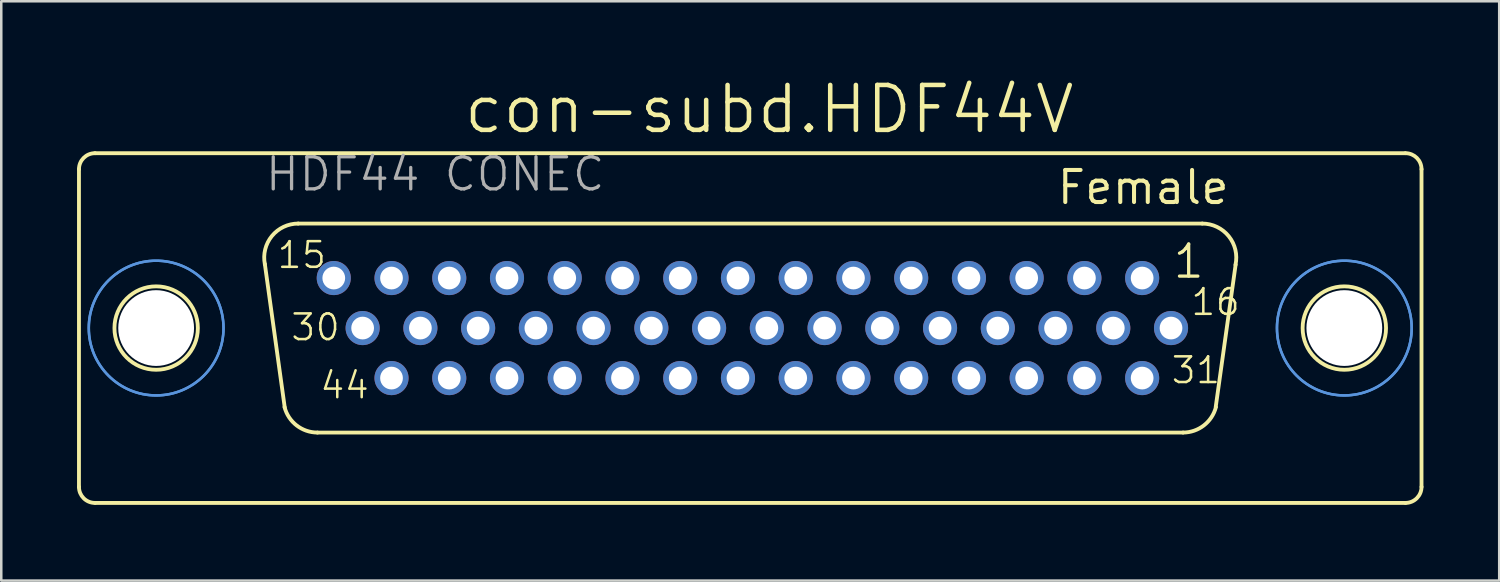
<source format=kicad_pcb>
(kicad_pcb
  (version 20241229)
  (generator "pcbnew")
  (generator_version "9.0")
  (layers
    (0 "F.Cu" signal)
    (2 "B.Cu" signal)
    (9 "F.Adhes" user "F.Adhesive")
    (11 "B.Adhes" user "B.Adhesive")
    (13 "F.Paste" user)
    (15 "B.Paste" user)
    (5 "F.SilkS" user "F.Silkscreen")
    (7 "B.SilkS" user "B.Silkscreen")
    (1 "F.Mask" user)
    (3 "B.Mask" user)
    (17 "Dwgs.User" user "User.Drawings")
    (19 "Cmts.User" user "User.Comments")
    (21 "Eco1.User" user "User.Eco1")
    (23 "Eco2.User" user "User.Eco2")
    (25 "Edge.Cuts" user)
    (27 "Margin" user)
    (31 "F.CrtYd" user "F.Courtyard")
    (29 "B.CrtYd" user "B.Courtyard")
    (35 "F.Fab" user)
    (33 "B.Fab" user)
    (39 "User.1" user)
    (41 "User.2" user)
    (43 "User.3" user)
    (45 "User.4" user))
  (footprint "con-subd.HDF44V"
    (layer "F.Cu")
    (at 26.652 9.938)
    (property "Reference" "con-subd.HDF44V" (at -11.43 -7.62 0) (layer "F.SilkS") (effects (font (size 1.778 1.778) (thickness 0.18)) (justify left bottom)))
    (attr through_hole)
    (fp_line (start -26.576 -6.288) (end -26.576 6.288) (stroke (width 0.152) (type default)) (layer "F.SilkS"))
    (fp_line (start -25.933 6.923) (end 25.941 6.923) (stroke (width 0.152) (type default)) (layer "F.SilkS"))
    (fp_line (start -18.429 3.146) (end -19.217 -2.537) (stroke (width 0.152) (type default)) (layer "F.SilkS"))
    (fp_line (start -17.896 -4.137) (end 17.896 -4.137) (stroke (width 0.152) (type default)) (layer "F.SilkS"))
    (fp_line (start -17.134 4.137) (end 17.134 4.137) (stroke (width 0.152) (type default)) (layer "F.SilkS"))
    (fp_line (start 19.217 -2.511) (end 18.429 3.121) (stroke (width 0.152) (type default)) (layer "F.SilkS"))
    (fp_line (start 25.933 -6.923) (end -25.941 -6.923) (stroke (width 0.152) (type default)) (layer "F.SilkS"))
    (fp_line (start 26.576 -6.288) (end 26.576 6.288) (stroke (width 0.152) (type default)) (layer "F.SilkS"))
    (fp_arc (start -26.576 -6.288) (mid -26.390013 -6.737013) (end -25.941 -6.923) (stroke (width 0.1524) (type default)) (layer "F.SilkS"))
    (fp_arc (start -25.941 6.923) (mid -26.390013 6.737013) (end -26.576 6.288) (stroke (width 0.1524) (type default)) (layer "F.SilkS"))
    (fp_arc (start -19.2161 -2.5268) (mid -18.937082 -3.644284) (end -17.896 -4.137) (stroke (width 0.1524) (type default)) (layer "F.SilkS"))
    (fp_arc (start -17.134 4.137) (mid -17.9575 3.855746) (end -18.4369 3.1295) (stroke (width 0.1524) (type default)) (layer "F.SilkS"))
    (fp_arc (start 17.896 -4.137) (mid 18.944556 -3.635184) (end 19.2115 -2.5038) (stroke (width 0.1524) (type default)) (layer "F.SilkS"))
    (fp_arc (start 18.4369 3.1295) (mid 17.9575 3.855746) (end 17.134 4.137) (stroke (width 0.1524) (type default)) (layer "F.SilkS"))
    (fp_arc (start 25.941 -6.923) (mid 26.390013 -6.737013) (end 26.576 -6.288) (stroke (width 0.1524) (type default)) (layer "F.SilkS"))
    (fp_arc (start 26.576 6.288) (mid 26.390013 6.737013) (end 25.941 6.923) (stroke (width 0.1524) (type default)) (layer "F.SilkS"))
    (fp_circle (center -23.52 0) (end -21.869 0) (stroke (width 0.152) (type default)) (fill no) (layer "F.SilkS"))
    (fp_circle (center 23.52 0) (end 25.171 0) (stroke (width 0.152) (type default)) (fill no) (layer "F.SilkS"))
    (fp_circle (center -23.52 0) (end -20.853 0) (stroke (width 0.1) (type default)) (fill no) (layer "Cmts.User"))
    (fp_circle (center -23.52 0) (end -20.853 0) (stroke (width 0.1) (type default)) (fill no) (layer "Cmts.User"))
    (fp_circle (center 23.52 0) (end 26.187 0) (stroke (width 0.1) (type default)) (fill no) (layer "Cmts.User"))
    (fp_circle (center 23.52 0) (end 26.187 0) (stroke (width 0.1) (type default)) (fill no) (layer "Cmts.User"))
    (fp_text user "16" (at 17.388 -0.435 0) (layer "F.SilkS") (effects (font (size 1.016 1.016) (thickness 0.1)) (justify left bottom)))
    (fp_text user "31" (at 16.61 2.265 0) (layer "F.SilkS") (effects (font (size 1.016 1.016) (thickness 0.1)) (justify left bottom)))
    (fp_text user "44" (at -17.093 2.865 0) (layer "F.SilkS") (effects (font (size 1.016 1.016) (thickness 0.1)) (justify left bottom)))
    (fp_text user "30" (at -18.245 0.565 0) (layer "F.SilkS") (effects (font (size 1.016 1.016) (thickness 0.1)) (justify left bottom)))
    (fp_text user "15" (at -18.788 -2.295 0) (layer "F.SilkS") (effects (font (size 1.016 1.016) (thickness 0.1)) (justify left bottom)))
    (fp_text user "Female" (at 12.065 -4.826 0) (layer "F.SilkS") (effects (font (size 1.27 1.27) (thickness 0.16)) (justify left bottom)))
    (fp_text user "1" (at 16.667 -1.895 0) (layer "F.SilkS") (effects (font (size 1.27 1.27) (thickness 0.13)) (justify left bottom)))
    (fp_text user "HDF44 CONEC" (at -19.272 -5.349 0) (layer "F.Fab") (effects (font (size 1.27 1.27) (thickness 0.13)) (justify left bottom)))
    (pad "" np_thru_hole circle (at -23.52 0) (size 3 3) (drill 3) (layers "*.Cu" "*.Mask"))
    (pad "" np_thru_hole circle (at 23.52 0) (size 3 3) (drill 3) (layers "*.Cu" "*.Mask"))
    (pad "1" thru_hole circle (at 15.516 -1.98) (size 1.35 1.35) (drill 0.9) (layers "*.Cu" "*.Mask"))
    (pad "2" thru_hole circle (at 13.23 -1.98) (size 1.35 1.35) (drill 0.9) (layers "*.Cu" "*.Mask"))
    (pad "3" thru_hole circle (at 10.944 -1.98) (size 1.35 1.35) (drill 0.9) (layers "*.Cu" "*.Mask"))
    (pad "4" thru_hole circle (at 8.658 -1.98) (size 1.35 1.35) (drill 0.9) (layers "*.Cu" "*.Mask"))
    (pad "5" thru_hole circle (at 6.372 -1.98) (size 1.35 1.35) (drill 0.9) (layers "*.Cu" "*.Mask"))
    (pad "6" thru_hole circle (at 4.086 -1.98) (size 1.35 1.35) (drill 0.9) (layers "*.Cu" "*.Mask"))
    (pad "7" thru_hole circle (at 1.8 -1.98) (size 1.35 1.35) (drill 0.9) (layers "*.Cu" "*.Mask"))
    (pad "8" thru_hole circle (at -0.486 -1.98) (size 1.35 1.35) (drill 0.9) (layers "*.Cu" "*.Mask"))
    (pad "9" thru_hole circle (at -2.772 -1.98) (size 1.35 1.35) (drill 0.9) (layers "*.Cu" "*.Mask"))
    (pad "10" thru_hole circle (at -5.058 -1.98) (size 1.35 1.35) (drill 0.9) (layers "*.Cu" "*.Mask"))
    (pad "11" thru_hole circle (at -7.344 -1.98) (size 1.35 1.35) (drill 0.9) (layers "*.Cu" "*.Mask"))
    (pad "12" thru_hole circle (at -9.63 -1.98) (size 1.35 1.35) (drill 0.9) (layers "*.Cu" "*.Mask"))
    (pad "13" thru_hole circle (at -11.916 -1.98) (size 1.35 1.35) (drill 0.9) (layers "*.Cu" "*.Mask"))
    (pad "14" thru_hole circle (at -14.202 -1.98) (size 1.35 1.35) (drill 0.9) (layers "*.Cu" "*.Mask"))
    (pad "15" thru_hole circle (at -16.488 -1.98) (size 1.35 1.35) (drill 0.9) (layers "*.Cu" "*.Mask"))
    (pad "16" thru_hole circle (at 16.659 0) (size 1.35 1.35) (drill 0.9) (layers "*.Cu" "*.Mask"))
    (pad "17" thru_hole circle (at 14.373 0) (size 1.35 1.35) (drill 0.9) (layers "*.Cu" "*.Mask"))
    (pad "18" thru_hole circle (at 12.087 0) (size 1.35 1.35) (drill 0.9) (layers "*.Cu" "*.Mask"))
    (pad "19" thru_hole circle (at 9.801 0) (size 1.35 1.35) (drill 0.9) (layers "*.Cu" "*.Mask"))
    (pad "20" thru_hole circle (at 7.515 0) (size 1.35 1.35) (drill 0.9) (layers "*.Cu" "*.Mask"))
    (pad "21" thru_hole circle (at 5.229 0) (size 1.35 1.35) (drill 0.9) (layers "*.Cu" "*.Mask"))
    (pad "22" thru_hole circle (at 2.943 0) (size 1.35 1.35) (drill 0.9) (layers "*.Cu" "*.Mask"))
    (pad "23" thru_hole circle (at 0.657 0) (size 1.35 1.35) (drill 0.9) (layers "*.Cu" "*.Mask"))
    (pad "24" thru_hole circle (at -1.629 0) (size 1.35 1.35) (drill 0.9) (layers "*.Cu" "*.Mask"))
    (pad "25" thru_hole circle (at -3.915 0) (size 1.35 1.35) (drill 0.9) (layers "*.Cu" "*.Mask"))
    (pad "26" thru_hole circle (at -6.201 0) (size 1.35 1.35) (drill 0.9) (layers "*.Cu" "*.Mask"))
    (pad "27" thru_hole circle (at -8.487 0) (size 1.35 1.35) (drill 0.9) (layers "*.Cu" "*.Mask"))
    (pad "28" thru_hole circle (at -10.773 0) (size 1.35 1.35) (drill 0.9) (layers "*.Cu" "*.Mask"))
    (pad "29" thru_hole circle (at -13.059 0) (size 1.35 1.35) (drill 0.9) (layers "*.Cu" "*.Mask"))
    (pad "30" thru_hole circle (at -15.345 0) (size 1.35 1.35) (drill 0.9) (layers "*.Cu" "*.Mask"))
    (pad "31" thru_hole circle (at 15.516 1.98) (size 1.35 1.35) (drill 0.9) (layers "*.Cu" "*.Mask"))
    (pad "32" thru_hole circle (at 13.23 1.98) (size 1.35 1.35) (drill 0.9) (layers "*.Cu" "*.Mask"))
    (pad "33" thru_hole circle (at 10.944 1.98) (size 1.35 1.35) (drill 0.9) (layers "*.Cu" "*.Mask"))
    (pad "34" thru_hole circle (at 8.658 1.98) (size 1.35 1.35) (drill 0.9) (layers "*.Cu" "*.Mask"))
    (pad "35" thru_hole circle (at 6.372 1.98) (size 1.35 1.35) (drill 0.9) (layers "*.Cu" "*.Mask"))
    (pad "36" thru_hole circle (at 4.086 1.98) (size 1.35 1.35) (drill 0.9) (layers "*.Cu" "*.Mask"))
    (pad "37" thru_hole circle (at 1.8 1.98) (size 1.35 1.35) (drill 0.9) (layers "*.Cu" "*.Mask"))
    (pad "38" thru_hole circle (at -0.486 1.98) (size 1.35 1.35) (drill 0.9) (layers "*.Cu" "*.Mask"))
    (pad "39" thru_hole circle (at -2.772 1.98) (size 1.35 1.35) (drill 0.9) (layers "*.Cu" "*.Mask"))
    (pad "40" thru_hole circle (at -5.058 1.98) (size 1.35 1.35) (drill 0.9) (layers "*.Cu" "*.Mask"))
    (pad "41" thru_hole circle (at -7.344 1.98) (size 1.35 1.35) (drill 0.9) (layers "*.Cu" "*.Mask"))
    (pad "42" thru_hole circle (at -9.63 1.98) (size 1.35 1.35) (drill 0.9) (layers "*.Cu" "*.Mask"))
    (pad "43" thru_hole circle (at -11.916 1.98) (size 1.35 1.35) (drill 0.9) (layers "*.Cu" "*.Mask"))
    (pad "44" thru_hole circle (at -14.202 1.98) (size 1.35 1.35) (drill 0.9) (layers "*.Cu" "*.Mask")))
  (gr_rect
    (start -3 -3)
    (end 56.304 19.937)
    (stroke (width 0.1) (type default))
    (fill no)
    (layer "Edge.Cuts")))
</source>
